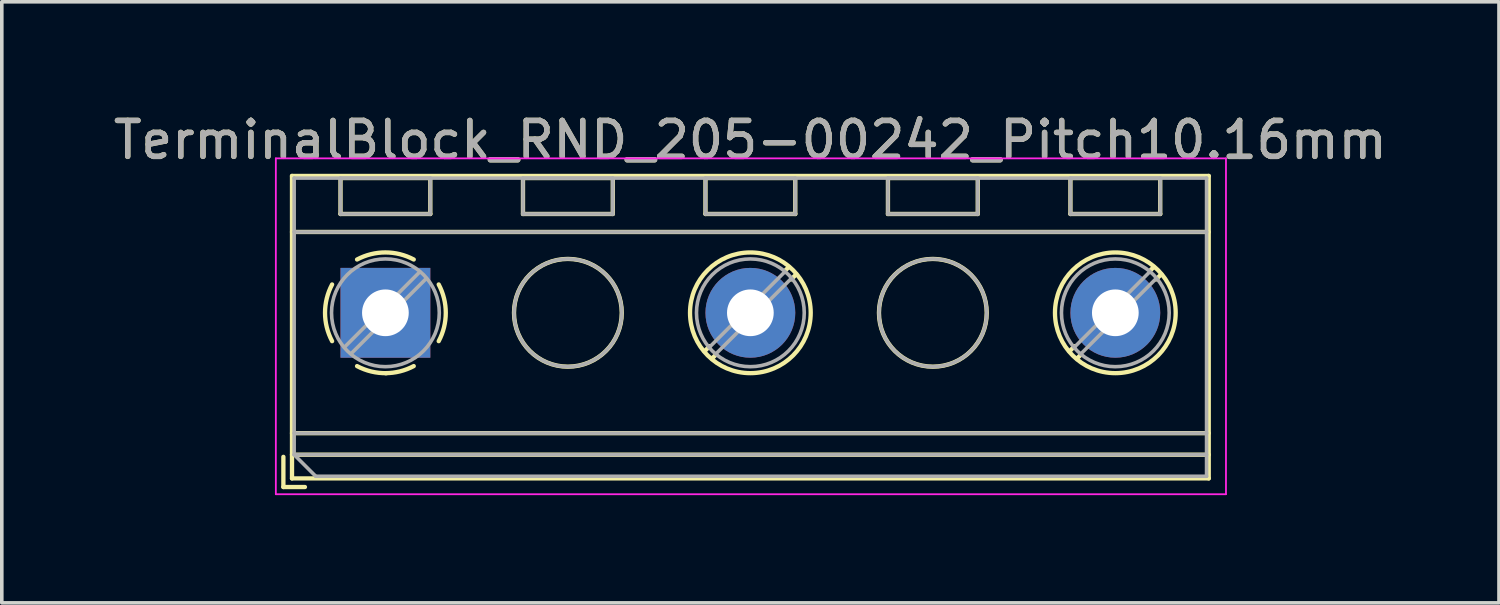
<source format=kicad_pcb>
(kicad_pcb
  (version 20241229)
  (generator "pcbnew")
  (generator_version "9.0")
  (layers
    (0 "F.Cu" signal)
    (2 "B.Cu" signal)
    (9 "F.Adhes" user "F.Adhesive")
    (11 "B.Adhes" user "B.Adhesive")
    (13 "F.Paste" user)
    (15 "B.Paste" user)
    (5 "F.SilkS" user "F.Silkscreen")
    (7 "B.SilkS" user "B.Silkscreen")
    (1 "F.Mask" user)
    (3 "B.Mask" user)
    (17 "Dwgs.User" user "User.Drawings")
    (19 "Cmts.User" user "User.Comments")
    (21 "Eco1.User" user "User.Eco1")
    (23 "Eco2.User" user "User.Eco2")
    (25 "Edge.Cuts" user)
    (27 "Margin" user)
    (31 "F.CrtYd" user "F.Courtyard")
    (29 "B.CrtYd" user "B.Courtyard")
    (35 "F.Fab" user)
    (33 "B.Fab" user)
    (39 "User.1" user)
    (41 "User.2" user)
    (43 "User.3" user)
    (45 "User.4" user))
  (footprint "TerminalBlock_RND_205-00242_Pitch10.16mm"
    (layer "F.Cu")
    (at 7.679 5.658)
    (property "Reference" "TerminalBlock_RND_205-00242_Pitch10.16mm" (at 10.16 -4.81 0) (layer "F.SilkS") (effects (font (size 1 1) (thickness 0.15))))
    (attr through_hole)
    (fp_line (start -2.84 4.01) (end -2.84 4.85) (stroke (width 0.12) (type solid)) (layer "F.SilkS"))
    (fp_line (start -2.84 4.85) (end -2.24 4.85) (stroke (width 0.12) (type solid)) (layer "F.SilkS"))
    (fp_line (start -2.6 -3.81) (end -2.6 4.61) (stroke (width 0.12) (type solid)) (layer "F.SilkS"))
    (fp_line (start -2.6 -2.25) (end 22.92 -2.25) (stroke (width 0.12) (type solid)) (layer "F.SilkS"))
    (fp_line (start -2.6 3.35) (end 22.92 3.35) (stroke (width 0.12) (type solid)) (layer "F.SilkS"))
    (fp_line (start -2.6 3.95) (end 22.92 3.95) (stroke (width 0.12) (type solid)) (layer "F.SilkS"))
    (fp_line (start -2.6 4.61) (end 22.92 4.61) (stroke (width 0.12) (type solid)) (layer "F.SilkS"))
    (fp_line (start -1.25 -3.751) (end -1.25 -2.751) (stroke (width 0.12) (type solid)) (layer "F.SilkS"))
    (fp_line (start -1.25 -3.751) (end 1.25 -3.751) (stroke (width 0.12) (type solid)) (layer "F.SilkS"))
    (fp_line (start -1.25 -2.751) (end 1.25 -2.751) (stroke (width 0.12) (type solid)) (layer "F.SilkS"))
    (fp_line (start 1.25 -3.751) (end 1.25 -2.751) (stroke (width 0.12) (type solid)) (layer "F.SilkS"))
    (fp_line (start 3.83 -3.751) (end 3.83 -2.751) (stroke (width 0.12) (type solid)) (layer "F.SilkS"))
    (fp_line (start 3.83 -3.751) (end 6.33 -3.751) (stroke (width 0.12) (type solid)) (layer "F.SilkS"))
    (fp_line (start 3.83 -2.751) (end 6.33 -2.751) (stroke (width 0.12) (type solid)) (layer "F.SilkS"))
    (fp_line (start 6.33 -3.751) (end 6.33 -2.751) (stroke (width 0.12) (type solid)) (layer "F.SilkS"))
    (fp_line (start 8.91 -3.751) (end 8.91 -2.751) (stroke (width 0.12) (type solid)) (layer "F.SilkS"))
    (fp_line (start 8.91 -3.751) (end 11.41 -3.751) (stroke (width 0.12) (type solid)) (layer "F.SilkS"))
    (fp_line (start 8.91 -2.751) (end 11.41 -2.751) (stroke (width 0.12) (type solid)) (layer "F.SilkS"))
    (fp_line (start 9.027 0.929) (end 8.886 1.069) (stroke (width 0.12) (type solid)) (layer "F.SilkS"))
    (fp_line (start 9.197 1.169) (end 9.091 1.274) (stroke (width 0.12) (type solid)) (layer "F.SilkS"))
    (fp_line (start 11.23 -1.275) (end 11.124 -1.169) (stroke (width 0.12) (type solid)) (layer "F.SilkS"))
    (fp_line (start 11.41 -3.751) (end 11.41 -2.751) (stroke (width 0.12) (type solid)) (layer "F.SilkS"))
    (fp_line (start 11.435 -1.069) (end 11.294 -0.929) (stroke (width 0.12) (type solid)) (layer "F.SilkS"))
    (fp_line (start 13.99 -3.751) (end 13.99 -2.751) (stroke (width 0.12) (type solid)) (layer "F.SilkS"))
    (fp_line (start 13.99 -3.751) (end 16.49 -3.751) (stroke (width 0.12) (type solid)) (layer "F.SilkS"))
    (fp_line (start 13.99 -2.751) (end 16.49 -2.751) (stroke (width 0.12) (type solid)) (layer "F.SilkS"))
    (fp_line (start 16.49 -3.751) (end 16.49 -2.751) (stroke (width 0.12) (type solid)) (layer "F.SilkS"))
    (fp_line (start 19.07 -3.751) (end 19.07 -2.751) (stroke (width 0.12) (type solid)) (layer "F.SilkS"))
    (fp_line (start 19.07 -3.751) (end 21.57 -3.751) (stroke (width 0.12) (type solid)) (layer "F.SilkS"))
    (fp_line (start 19.07 -2.751) (end 21.57 -2.751) (stroke (width 0.12) (type solid)) (layer "F.SilkS"))
    (fp_line (start 19.187 0.929) (end 19.046 1.069) (stroke (width 0.12) (type solid)) (layer "F.SilkS"))
    (fp_line (start 19.357 1.169) (end 19.251 1.274) (stroke (width 0.12) (type solid)) (layer "F.SilkS"))
    (fp_line (start 21.39 -1.275) (end 21.284 -1.169) (stroke (width 0.12) (type solid)) (layer "F.SilkS"))
    (fp_line (start 21.57 -3.751) (end 21.57 -2.751) (stroke (width 0.12) (type solid)) (layer "F.SilkS"))
    (fp_line (start 21.595 -1.069) (end 21.454 -0.929) (stroke (width 0.12) (type solid)) (layer "F.SilkS"))
    (fp_line (start 22.92 -3.81) (end -2.6 -3.81) (stroke (width 0.12) (type solid)) (layer "F.SilkS"))
    (fp_line (start 22.92 4.61) (end 22.92 -3.81) (stroke (width 0.12) (type solid)) (layer "F.SilkS"))
    (fp_arc (start -1.483953 0.789089) (mid -1.680708 0.00005) (end -1.484 -0.789) (stroke (width 0.12) (type solid)) (layer "F.SilkS"))
    (fp_arc (start -0.789089 -1.483953) (mid -0.00005 -1.680708) (end 0.789 -1.484) (stroke (width 0.12) (type solid)) (layer "F.SilkS"))
    (fp_arc (start 0.029383 1.68045) (mid -0.392304 1.634281) (end -0.789 1.484) (stroke (width 0.12) (type solid)) (layer "F.SilkS"))
    (fp_arc (start 0.788712 1.483352) (mid 0.406429 1.630097) (end 0 1.68) (stroke (width 0.12) (type solid)) (layer "F.SilkS"))
    (fp_arc (start 1.483953 -0.789089) (mid 1.680708 -0.00005) (end 1.484 0.789) (stroke (width 0.12) (type solid)) (layer "F.SilkS"))
    (fp_circle (center 5.08 0) (end 6.58 0) (stroke (width 0.12) (type solid)) (fill no) (layer "F.SilkS"))
    (fp_circle (center 10.16 0) (end 11.84 0) (stroke (width 0.12) (type solid)) (fill no) (layer "F.SilkS"))
    (fp_circle (center 15.24 0) (end 16.74 0) (stroke (width 0.12) (type solid)) (fill no) (layer "F.SilkS"))
    (fp_circle (center 20.32 0) (end 22 0) (stroke (width 0.12) (type solid)) (fill no) (layer "F.SilkS"))
    (fp_line (start -3.05 -4.3) (end -3.05 5.05) (stroke (width 0.05) (type solid)) (layer "F.CrtYd"))
    (fp_line (start -3.05 5.05) (end 23.4 5.05) (stroke (width 0.05) (type solid)) (layer "F.CrtYd"))
    (fp_line (start 23.4 -4.3) (end -3.05 -4.3) (stroke (width 0.05) (type solid)) (layer "F.CrtYd"))
    (fp_line (start 23.4 5.05) (end 23.4 -4.3) (stroke (width 0.05) (type solid)) (layer "F.CrtYd"))
    (fp_line (start -2.54 -3.75) (end 22.86 -3.75) (stroke (width 0.1) (type solid)) (layer "F.Fab"))
    (fp_line (start -2.54 -2.25) (end 22.86 -2.25) (stroke (width 0.1) (type solid)) (layer "F.Fab"))
    (fp_line (start -2.54 3.35) (end 22.86 3.35) (stroke (width 0.1) (type solid)) (layer "F.Fab"))
    (fp_line (start -2.54 3.95) (end -2.54 -3.75) (stroke (width 0.1) (type solid)) (layer "F.Fab"))
    (fp_line (start -2.54 3.95) (end 22.86 3.95) (stroke (width 0.1) (type solid)) (layer "F.Fab"))
    (fp_line (start -1.94 4.55) (end -2.54 3.95) (stroke (width 0.1) (type solid)) (layer "F.Fab"))
    (fp_line (start -1.25 -3.75) (end -1.25 -2.75) (stroke (width 0.1) (type solid)) (layer "F.Fab"))
    (fp_line (start -1.25 -2.75) (end 1.25 -2.75) (stroke (width 0.1) (type solid)) (layer "F.Fab"))
    (fp_line (start 0.955 -1.138) (end -1.138 0.955) (stroke (width 0.1) (type solid)) (layer "F.Fab"))
    (fp_line (start 1.138 -0.955) (end -0.955 1.138) (stroke (width 0.1) (type solid)) (layer "F.Fab"))
    (fp_line (start 1.25 -3.75) (end -1.25 -3.75) (stroke (width 0.1) (type solid)) (layer "F.Fab"))
    (fp_line (start 1.25 -2.75) (end 1.25 -3.75) (stroke (width 0.1) (type solid)) (layer "F.Fab"))
    (fp_line (start 3.83 -3.75) (end 3.83 -2.75) (stroke (width 0.1) (type solid)) (layer "F.Fab"))
    (fp_line (start 3.83 -2.75) (end 6.33 -2.75) (stroke (width 0.1) (type solid)) (layer "F.Fab"))
    (fp_line (start 6.33 -3.75) (end 3.83 -3.75) (stroke (width 0.1) (type solid)) (layer "F.Fab"))
    (fp_line (start 6.33 -2.75) (end 6.33 -3.75) (stroke (width 0.1) (type solid)) (layer "F.Fab"))
    (fp_line (start 8.91 -3.75) (end 8.91 -2.75) (stroke (width 0.1) (type solid)) (layer "F.Fab"))
    (fp_line (start 8.91 -2.75) (end 11.41 -2.75) (stroke (width 0.1) (type solid)) (layer "F.Fab"))
    (fp_line (start 11.115 -1.138) (end 9.023 0.955) (stroke (width 0.1) (type solid)) (layer "F.Fab"))
    (fp_line (start 11.298 -0.955) (end 9.206 1.138) (stroke (width 0.1) (type solid)) (layer "F.Fab"))
    (fp_line (start 11.41 -3.75) (end 8.91 -3.75) (stroke (width 0.1) (type solid)) (layer "F.Fab"))
    (fp_line (start 11.41 -2.75) (end 11.41 -3.75) (stroke (width 0.1) (type solid)) (layer "F.Fab"))
    (fp_line (start 13.99 -3.75) (end 13.99 -2.75) (stroke (width 0.1) (type solid)) (layer "F.Fab"))
    (fp_line (start 13.99 -2.75) (end 16.49 -2.75) (stroke (width 0.1) (type solid)) (layer "F.Fab"))
    (fp_line (start 16.49 -3.75) (end 13.99 -3.75) (stroke (width 0.1) (type solid)) (layer "F.Fab"))
    (fp_line (start 16.49 -2.75) (end 16.49 -3.75) (stroke (width 0.1) (type solid)) (layer "F.Fab"))
    (fp_line (start 19.07 -3.75) (end 19.07 -2.75) (stroke (width 0.1) (type solid)) (layer "F.Fab"))
    (fp_line (start 19.07 -2.75) (end 21.57 -2.75) (stroke (width 0.1) (type solid)) (layer "F.Fab"))
    (fp_line (start 21.275 -1.138) (end 19.183 0.955) (stroke (width 0.1) (type solid)) (layer "F.Fab"))
    (fp_line (start 21.458 -0.955) (end 19.366 1.138) (stroke (width 0.1) (type solid)) (layer "F.Fab"))
    (fp_line (start 21.57 -3.75) (end 19.07 -3.75) (stroke (width 0.1) (type solid)) (layer "F.Fab"))
    (fp_line (start 21.57 -2.75) (end 21.57 -3.75) (stroke (width 0.1) (type solid)) (layer "F.Fab"))
    (fp_line (start 22.86 -3.75) (end 22.86 4.55) (stroke (width 0.1) (type solid)) (layer "F.Fab"))
    (fp_line (start 22.86 4.55) (end -1.94 4.55) (stroke (width 0.1) (type solid)) (layer "F.Fab"))
    (fp_circle (center 0 0) (end 1.5 0) (stroke (width 0.1) (type solid)) (fill no) (layer "F.Fab"))
    (fp_circle (center 5.08 0) (end 6.58 0) (stroke (width 0.1) (type solid)) (fill no) (layer "F.Fab"))
    (fp_circle (center 10.16 0) (end 11.66 0) (stroke (width 0.1) (type solid)) (fill no) (layer "F.Fab"))
    (fp_circle (center 15.24 0) (end 16.74 0) (stroke (width 0.1) (type solid)) (fill no) (layer "F.Fab"))
    (fp_circle (center 20.32 0) (end 21.82 0) (stroke (width 0.1) (type solid)) (fill no) (layer "F.Fab"))
    (fp_text user "${REFERENCE}" (at 10.16 -4.81 0) (layer "F.Fab") (effects (font (size 1 1) (thickness 0.15))))
    (pad "1" thru_hole rect (at 0 0) (size 2.5 2.5) (drill 1.3) (layers "*.Cu" "*.Mask"))
    (pad "2" thru_hole oval (at 10.16 0) (size 2.5 2.5) (drill 1.3) (layers "*.Cu" "*.Mask"))
    (pad "3" thru_hole oval (at 20.32 0) (size 2.5 2.5) (drill 1.3) (layers "*.Cu" "*.Mask")))
  (gr_rect
    (start -3 -3)
    (end 38.679 13.733)
    (stroke (width 0.1) (type default))
    (fill no)
    (layer "Edge.Cuts")))
</source>
